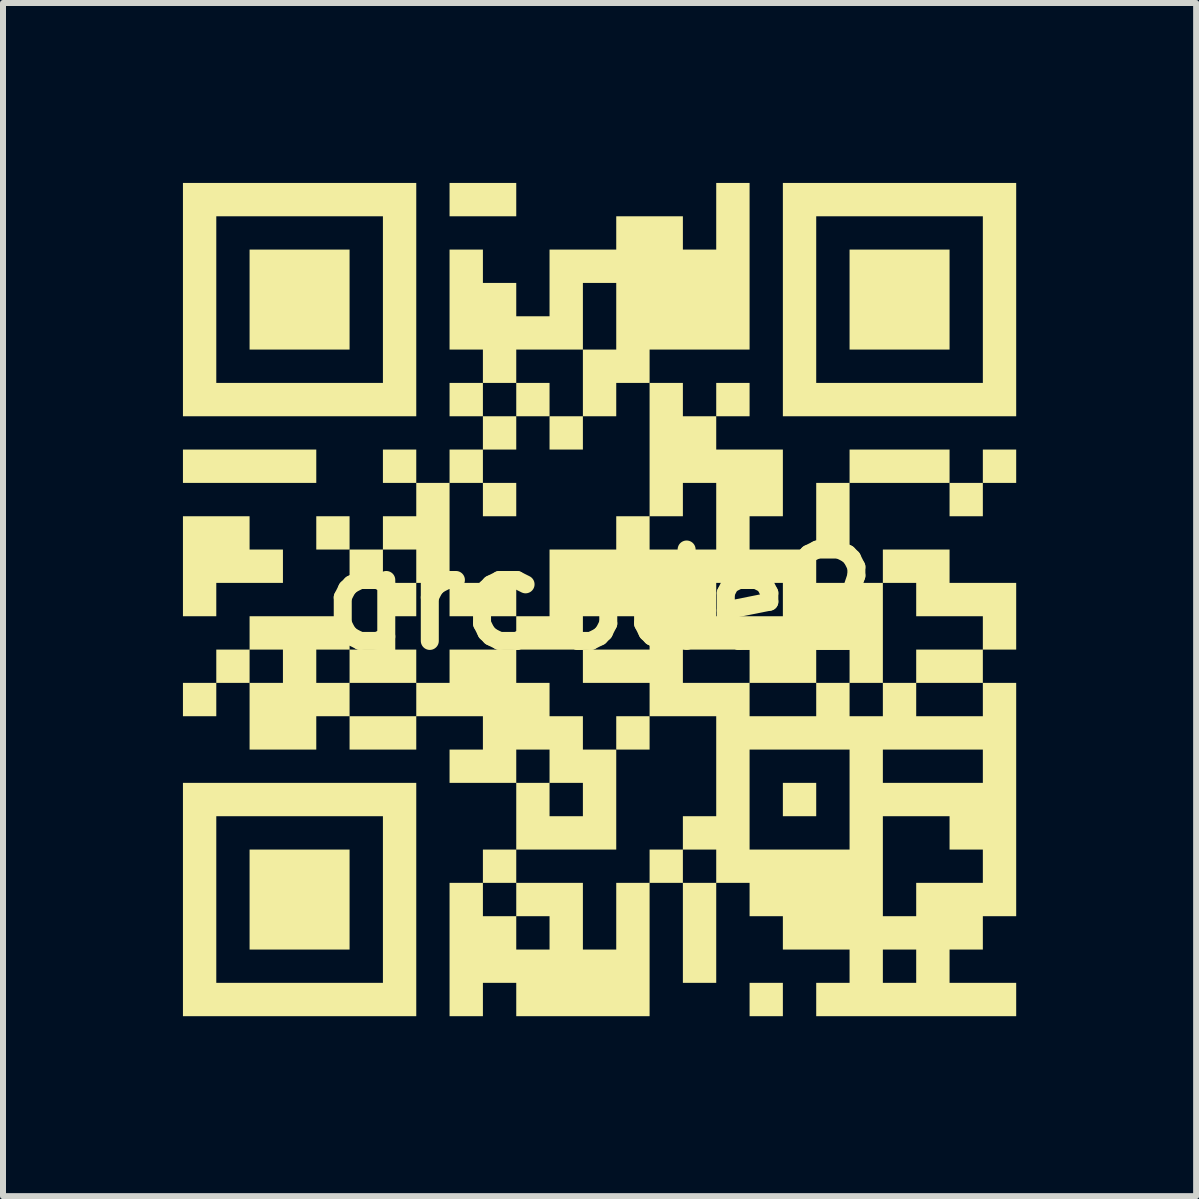
<source format=kicad_pcb>
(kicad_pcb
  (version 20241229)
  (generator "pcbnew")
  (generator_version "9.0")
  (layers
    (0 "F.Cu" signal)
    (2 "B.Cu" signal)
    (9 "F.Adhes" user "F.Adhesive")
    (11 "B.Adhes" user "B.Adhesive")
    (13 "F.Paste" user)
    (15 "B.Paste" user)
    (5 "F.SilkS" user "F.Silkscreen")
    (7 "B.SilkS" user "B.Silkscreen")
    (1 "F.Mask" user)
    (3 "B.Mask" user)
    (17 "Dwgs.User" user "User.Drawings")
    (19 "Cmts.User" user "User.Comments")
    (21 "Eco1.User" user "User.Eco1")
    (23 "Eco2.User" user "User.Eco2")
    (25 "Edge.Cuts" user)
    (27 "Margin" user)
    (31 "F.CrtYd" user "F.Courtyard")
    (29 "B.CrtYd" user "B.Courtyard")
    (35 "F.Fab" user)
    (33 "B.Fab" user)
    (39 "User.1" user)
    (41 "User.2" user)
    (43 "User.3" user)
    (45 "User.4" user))
  (footprint "qrcode2"
    (layer "F.Cu")
    (at 6.946 6.946)
    (property "Reference" "qrcode2" (at 0 0 0) (layer "F.SilkS") (effects (font (size 1.524 1.524) (thickness 0.3))))
    (attr board_only exclude_from_pos_files exclude_from_bom)
    (fp_poly (pts (xy -6.39 1.945) (xy -6.946 1.945) (xy -6.946 1.389) (xy -6.39 1.389)) (stroke (width 0) (type solid)) (fill yes) (layer "F.SilkS"))
    (fp_poly (pts (xy -4.723 -1.945) (xy -6.946 -1.945) (xy -6.946 -2.501) (xy -4.723 -2.501)) (stroke (width 0) (type solid)) (fill yes) (layer "F.SilkS"))
    (fp_poly (pts (xy -4.168 -4.168) (xy -5.835 -4.168) (xy -5.835 -5.835) (xy -4.168 -5.835)) (stroke (width 0) (type solid)) (fill yes) (layer "F.SilkS"))
    (fp_poly (pts (xy -4.168 -0.834) (xy -4.723 -0.834) (xy -4.723 -1.389) (xy -4.168 -1.389)) (stroke (width 0) (type solid)) (fill yes) (layer "F.SilkS"))
    (fp_poly (pts (xy -4.168 5.835) (xy -5.835 5.835) (xy -5.835 4.168) (xy -4.168 4.168)) (stroke (width 0) (type solid)) (fill yes) (layer "F.SilkS"))
    (fp_poly (pts (xy -3.056 -1.945) (xy -3.612 -1.945) (xy -3.612 -2.501) (xy -3.056 -2.501)) (stroke (width 0) (type solid)) (fill yes) (layer "F.SilkS"))
    (fp_poly (pts (xy -1.945 -3.056) (xy -2.501 -3.056) (xy -2.501 -3.612) (xy -1.945 -3.612)) (stroke (width 0) (type solid)) (fill yes) (layer "F.SilkS"))
    (fp_poly (pts (xy -1.945 -1.945) (xy -2.501 -1.945) (xy -2.501 -2.501) (xy -1.945 -2.501)) (stroke (width 0) (type solid)) (fill yes) (layer "F.SilkS"))
    (fp_poly (pts (xy -1.389 -6.39) (xy -2.501 -6.39) (xy -2.501 -6.946) (xy -1.389 -6.946)) (stroke (width 0) (type solid)) (fill yes) (layer "F.SilkS"))
    (fp_poly (pts (xy -1.389 -2.501) (xy -1.945 -2.501) (xy -1.945 -3.056) (xy -1.389 -3.056)) (stroke (width 0) (type solid)) (fill yes) (layer "F.SilkS"))
    (fp_poly (pts (xy -1.389 -1.389) (xy -1.945 -1.389) (xy -1.945 -1.945) (xy -1.389 -1.945)) (stroke (width 0) (type solid)) (fill yes) (layer "F.SilkS"))
    (fp_poly (pts (xy -1.389 0.278) (xy -2.501 0.278) (xy -2.501 -0.278) (xy -1.389 -0.278)) (stroke (width 0) (type solid)) (fill yes) (layer "F.SilkS"))
    (fp_poly (pts (xy -0.834 -3.056) (xy -1.389 -3.056) (xy -1.389 -3.612) (xy -0.834 -3.612)) (stroke (width 0) (type solid)) (fill yes) (layer "F.SilkS"))
    (fp_poly (pts (xy -0.278 -2.501) (xy -0.834 -2.501) (xy -0.834 -3.056) (xy -0.278 -3.056)) (stroke (width 0) (type solid)) (fill yes) (layer "F.SilkS"))
    (fp_poly (pts (xy 0.834 2.501) (xy 0.278 2.501) (xy 0.278 1.945) (xy 0.834 1.945)) (stroke (width 0) (type solid)) (fill yes) (layer "F.SilkS"))
    (fp_poly (pts (xy 2.501 -3.056) (xy 1.945 -3.056) (xy 1.945 -3.612) (xy 2.501 -3.612)) (stroke (width 0) (type solid)) (fill yes) (layer "F.SilkS"))
    (fp_poly (pts (xy 3.056 6.946) (xy 2.501 6.946) (xy 2.501 6.39) (xy 3.056 6.39)) (stroke (width 0) (type solid)) (fill yes) (layer "F.SilkS"))
    (fp_poly (pts (xy 3.612 3.612) (xy 3.056 3.612) (xy 3.056 3.056) (xy 3.612 3.056)) (stroke (width 0) (type solid)) (fill yes) (layer "F.SilkS"))
    (fp_poly (pts (xy 4.168 -0.834) (xy 3.612 -0.834) (xy 3.612 -1.945) (xy 4.168 -1.945)) (stroke (width 0) (type solid)) (fill yes) (layer "F.SilkS"))
    (fp_poly (pts (xy 5.835 -4.168) (xy 4.168 -4.168) (xy 4.168 -5.835) (xy 5.835 -5.835)) (stroke (width 0) (type solid)) (fill yes) (layer "F.SilkS"))
    (fp_poly (pts (xy 5.835 -1.945) (xy 4.168 -1.945) (xy 4.168 -2.501) (xy 5.835 -2.501)) (stroke (width 0) (type solid)) (fill yes) (layer "F.SilkS"))
    (fp_poly (pts (xy 6.39 -1.389) (xy 5.835 -1.389) (xy 5.835 -1.945) (xy 6.39 -1.945)) (stroke (width 0) (type solid)) (fill yes) (layer "F.SilkS"))
    (fp_poly (pts (xy 6.946 -1.945) (xy 6.39 -1.945) (xy 6.39 -2.501) (xy 6.946 -2.501)) (stroke (width 0) (type solid)) (fill yes) (layer "F.SilkS"))
    (fp_poly (pts (xy -5.835 -0.834) (xy -5.279 -0.834) (xy -5.279 -0.278) (xy -6.39 -0.278) (xy -6.39 0.278) (xy -6.946 0.278) (xy -6.946 -1.389) (xy -5.835 -1.389)) (stroke (width 0) (type solid)) (fill yes) (layer "F.SilkS"))
    (fp_poly (pts (xy -3.056 -3.056) (xy -6.946 -3.056) (xy -6.946 -3.612) (xy -6.39 -3.612) (xy -3.612 -3.612) (xy -3.612 -6.39) (xy -6.39 -6.39) (xy -6.39 -3.612) (xy -6.946 -3.612) (xy -6.946 -6.946) (xy -3.056 -6.946)) (stroke (width 0) (type solid)) (fill yes) (layer "F.SilkS"))
    (fp_poly (pts (xy -3.056 6.946) (xy -6.946 6.946) (xy -6.946 6.39) (xy -6.39 6.39) (xy -3.612 6.39) (xy -3.612 3.612) (xy -6.39 3.612) (xy -6.39 6.39) (xy -6.946 6.39) (xy -6.946 3.056) (xy -3.056 3.056)) (stroke (width 0) (type solid)) (fill yes) (layer "F.SilkS"))
    (fp_poly (pts (xy 6.946 -3.056) (xy 3.056 -3.056) (xy 3.056 -3.612) (xy 3.612 -3.612) (xy 6.39 -3.612) (xy 6.39 -6.39) (xy 3.612 -6.39) (xy 3.612 -3.612) (xy 3.056 -3.612) (xy 3.056 -6.946) (xy 6.946 -6.946)) (stroke (width 0) (type solid)) (fill yes) (layer "F.SilkS"))
    (fp_poly (pts (xy -2.501 -0.278) (xy -3.056 -0.278) (xy -3.056 0.278) (xy -3.612 0.278) (xy -3.612 -0.278) (xy -3.056 -0.278) (xy -3.056 -0.834) (xy -3.612 -0.834) (xy -3.612 -0.278) (xy -4.168 -0.278) (xy -4.168 -0.834) (xy -3.612 -0.834) (xy -3.612 -1.389) (xy -3.056 -1.389) (xy -3.056 -1.945) (xy -2.501 -1.945)) (stroke (width 0) (type solid)) (fill yes) (layer "F.SilkS"))
    (fp_poly (pts (xy 2.501 -4.168) (xy 0.834 -4.168) (xy 0.834 -3.612) (xy 0.278 -3.612) (xy 0.278 -3.056) (xy -0.278 -3.056) (xy -0.278 -4.168) (xy 0.278 -4.168) (xy 0.278 -5.279) (xy -0.278 -5.279) (xy -0.278 -4.168) (xy -1.389 -4.168) (xy -1.389 -3.612) (xy -1.945 -3.612) (xy -1.945 -4.168) (xy -2.501 -4.168) (xy -2.501 -5.835) (xy -1.945 -5.835) (xy -1.945 -5.279) (xy -1.389 -5.279) (xy -1.389 -4.723) (xy -0.834 -4.723) (xy -0.834 -5.835) (xy 0.278 -5.835) (xy 0.278 -6.39) (xy 1.389 -6.39) (xy 1.389 -5.835) (xy 1.945 -5.835) (xy 1.945 -6.946) (xy 2.501 -6.946)) (stroke (width 0) (type solid)) (fill yes) (layer "F.SilkS"))
    (fp_poly (pts (xy -6.39 0.834) (xy -5.835 0.834) (xy -5.835 0.278) (xy -4.168 0.278) (xy -4.168 0.834) (xy -3.056 0.834) (xy -3.056 1.389) (xy -2.501 1.389) (xy -2.501 0.834) (xy -1.389 0.834) (xy -1.389 0.278) (xy -0.834 0.278) (xy -0.834 -0.834) (xy 0.278 -0.834) (xy 0.834 -0.834) (xy 1.945 -0.834) (xy 1.945 -1.945) (xy 1.389 -1.945) (xy 1.389 -1.389) (xy 0.834 -1.389) (xy 0.834 -0.834) (xy 0.278 -0.834) (xy 0.278 -1.389) (xy 0.834 -1.389) (xy 0.834 -3.612) (xy 1.389 -3.612) (xy 1.389 -3.056) (xy 1.945 -3.056) (xy 1.945 -2.501) (xy 3.056 -2.501) (xy 3.056 -1.389) (xy 2.501 -1.389) (xy 2.501 -0.834) (xy 3.612 -0.834) (xy 3.612 -0.278) (xy 4.723 -0.278) (xy 4.723 -0.834) (xy 5.835 -0.834) (xy 5.835 -0.278) (xy 6.946 -0.278) (xy 6.946 0.834) (xy 6.39 0.834) (xy 6.39 1.389) (xy 6.946 1.389) (xy 6.946 5.279) (xy 6.39 5.279) (xy 6.39 5.835) (xy 5.835 5.835) (xy 5.835 6.39) (xy 6.946 6.39) (xy 6.946 6.946) (xy 3.612 6.946) (xy 3.612 6.39) (xy 4.168 6.39) (xy 4.723 6.39) (xy 5.279 6.39) (xy 5.279 5.835) (xy 4.723 5.835) (xy 4.723 6.39) (xy 4.168 6.39) (xy 4.168 5.835) (xy 3.056 5.835) (xy 3.056 5.279) (xy 4.723 5.279) (xy 5.279 5.279) (xy 5.279 4.723) (xy 6.39 4.723) (xy 6.39 4.168) (xy 5.835 4.168) (xy 5.835 3.612) (xy 4.723 3.612) (xy 4.723 5.279) (xy 3.056 5.279) (xy 2.501 5.279) (xy 2.501 4.723) (xy 1.945 4.723) (xy 1.945 6.39) (xy 1.389 6.39) (xy 1.389 4.723) (xy 1.945 4.723) (xy 1.945 4.168) (xy 2.501 4.168) (xy 4.168 4.168) (xy 4.168 3.056) (xy 4.723 3.056) (xy 6.39 3.056) (xy 6.39 2.501) (xy 4.723 2.501) (xy 4.723 3.056) (xy 4.168 3.056) (xy 4.168 2.501) (xy 2.501 2.501) (xy 2.501 4.168) (xy 1.945 4.168) (xy 1.389 4.168) (xy 1.389 4.723) (xy 0.834 4.723) (xy 0.834 6.946) (xy -1.389 6.946) (xy -1.389 6.39) (xy -1.945 6.39) (xy -1.945 6.946) (xy -2.501 6.946) (xy -2.501 5.835) (xy -1.389 5.835) (xy -0.834 5.835) (xy -0.834 5.279) (xy -1.389 5.279) (xy -1.389 5.835) (xy -2.501 5.835) (xy -2.501 5.279) (xy -1.945 5.279) (xy -1.389 5.279) (xy -1.389 4.723) (xy -0.278 4.723) (xy -0.278 5.835) (xy 0.278 5.835) (xy 0.278 4.723) (xy 0.834 4.723) (xy 0.834 4.168) (xy 1.389 4.168) (xy 1.389 3.612) (xy 1.945 3.612) (xy 1.945 1.945) (xy 2.501 1.945) (xy 3.612 1.945) (xy 4.168 1.945) (xy 4.723 1.945) (xy 5.279 1.945) (xy 6.39 1.945) (xy 6.39 1.389) (xy 5.279 1.389) (xy 5.279 1.945) (xy 4.723 1.945) (xy 4.723 1.389) (xy 5.279 1.389) (xy 5.279 0.834) (xy 6.39 0.834) (xy 6.39 0.278) (xy 5.279 0.278) (xy 5.279 -0.278) (xy 4.723 -0.278) (xy 4.723 1.389) (xy 4.168 1.389) (xy 4.168 1.945) (xy 3.612 1.945) (xy 3.612 1.389) (xy 4.168 1.389) (xy 4.168 0.834) (xy 3.612 0.834) (xy 3.612 1.389) (xy 2.501 1.389) (xy 2.501 1.945) (xy 1.945 1.945) (xy 0.834 1.945) (xy 0.834 1.389) (xy 1.389 1.389) (xy 2.501 1.389) (xy 2.501 0.834) (xy 1.389 0.834) (xy 1.389 1.389) (xy 0.834 1.389) (xy -0.278 1.389) (xy -0.278 0.834) (xy 0.834 0.834) (xy 0.834 0.278) (xy 1.945 0.278) (xy 3.056 0.278) (xy 3.056 -0.278) (xy 1.945 -0.278) (xy 1.945 0.278) (xy 0.834 0.278) (xy -0.278 0.278) (xy -0.278 0.834) (xy -1.389 0.834) (xy -1.389 1.389) (xy -0.834 1.389) (xy -0.834 1.945) (xy -0.278 1.945) (xy -0.278 2.501) (xy 0.278 2.501) (xy 0.278 4.168) (xy -1.389 4.168) (xy -1.389 4.723) (xy -1.945 4.723) (xy -1.945 5.279) (xy -2.501 5.279) (xy -2.501 4.723) (xy -1.945 4.723) (xy -1.945 4.168) (xy -1.389 4.168) (xy -1.389 3.612) (xy -0.834 3.612) (xy -0.278 3.612) (xy -0.278 3.056) (xy -0.834 3.056) (xy -0.834 3.612) (xy -1.389 3.612) (xy -1.389 3.056) (xy -0.834 3.056) (xy -0.834 2.501) (xy -1.389 2.501) (xy -1.389 3.056) (xy -2.501 3.056) (xy -2.501 2.501) (xy -1.945 2.501) (xy -1.945 1.945) (xy -3.056 1.945) (xy -3.056 2.501) (xy -4.168 2.501) (xy -4.168 1.945) (xy -3.056 1.945) (xy -3.056 1.389) (xy -4.168 1.389) (xy -4.168 1.945) (xy -4.723 1.945) (xy -4.723 2.501) (xy -5.835 2.501) (xy -5.835 1.389) (xy -5.279 1.389) (xy -4.723 1.389) (xy -4.168 1.389) (xy -4.168 0.834) (xy -4.723 0.834) (xy -4.723 1.389) (xy -5.279 1.389) (xy -5.279 0.834) (xy -5.835 0.834) (xy -5.835 1.389) (xy -6.39 1.389)) (stroke (width 0) (type solid)) (fill yes) (layer "F.SilkS")))
  (gr_rect
    (start -3 -3)
    (end 16.892 16.892)
    (stroke (width 0.1) (type default))
    (fill no)
    (layer "Edge.Cuts")))
</source>
